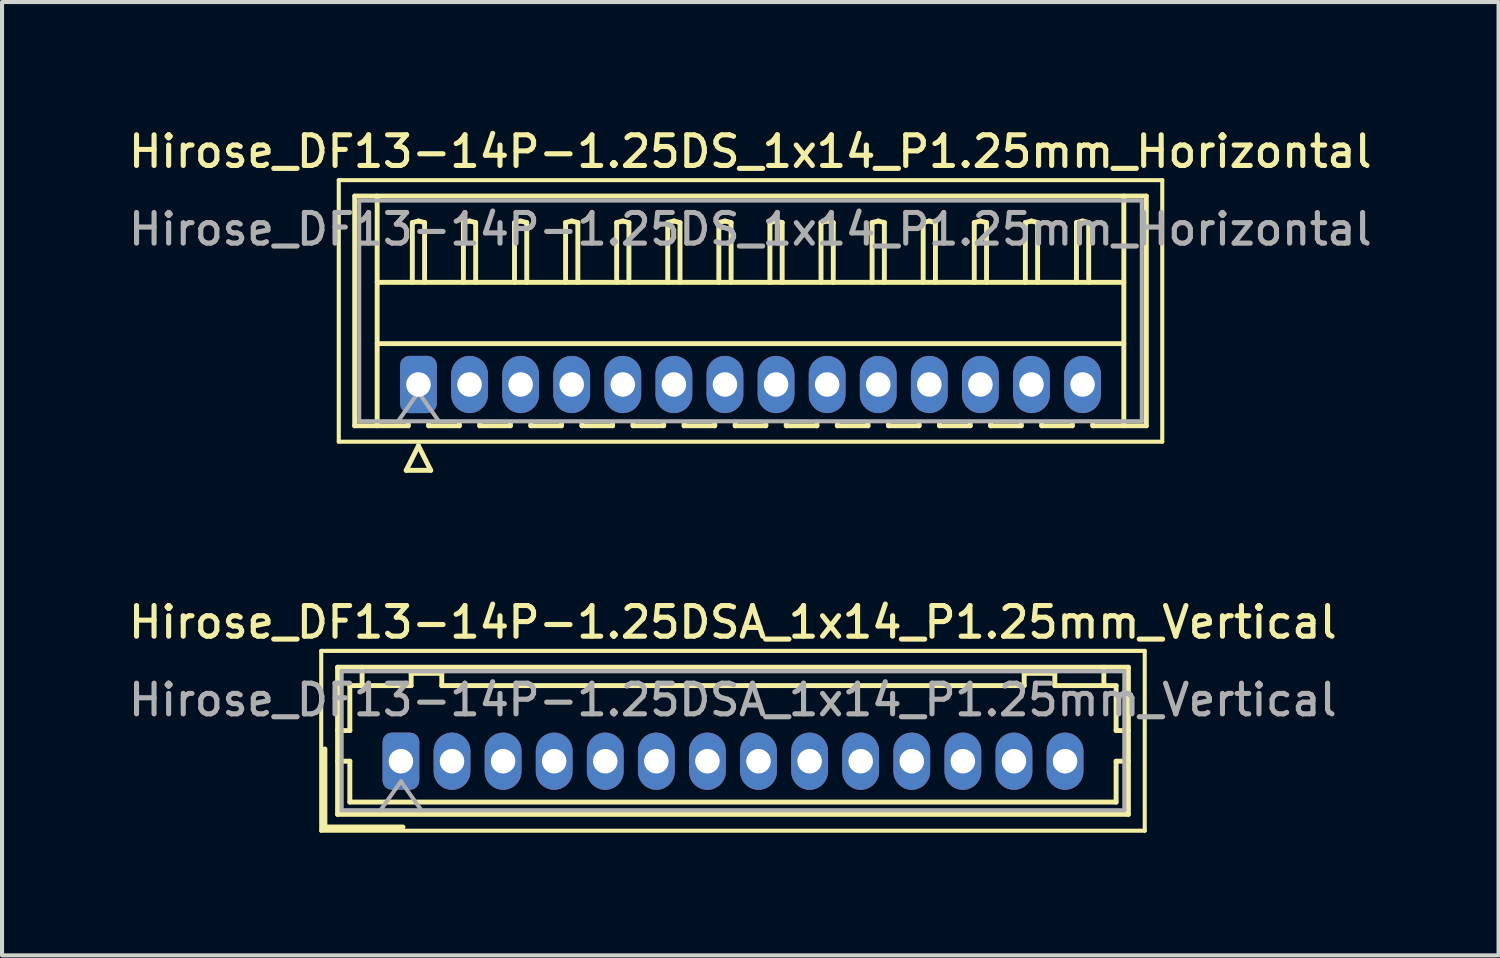
<source format=kicad_pcb>
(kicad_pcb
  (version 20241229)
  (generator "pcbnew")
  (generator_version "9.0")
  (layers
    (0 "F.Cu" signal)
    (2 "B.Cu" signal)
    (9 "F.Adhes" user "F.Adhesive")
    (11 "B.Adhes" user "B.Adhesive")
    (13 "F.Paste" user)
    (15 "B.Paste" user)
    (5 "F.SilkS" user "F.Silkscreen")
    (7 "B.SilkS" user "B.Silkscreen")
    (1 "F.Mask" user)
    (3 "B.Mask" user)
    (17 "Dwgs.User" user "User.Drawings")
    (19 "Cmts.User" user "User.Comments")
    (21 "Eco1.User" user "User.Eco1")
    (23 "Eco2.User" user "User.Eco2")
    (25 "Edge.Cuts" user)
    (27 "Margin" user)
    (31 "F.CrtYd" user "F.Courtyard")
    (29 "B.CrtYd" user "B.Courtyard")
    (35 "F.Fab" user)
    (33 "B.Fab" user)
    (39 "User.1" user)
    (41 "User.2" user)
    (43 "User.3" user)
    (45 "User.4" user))
  (footprint "Hirose_DF13-14P-1.25DS_1x14_P1.25mm_Horizontal"
    (layer "F.Cu")
    (at 7.189 6.358)
    (property "Reference" "Hirose_DF13-14P-1.25DS_1x14_P1.25mm_Horizontal" (at 8.12 -5.7 0) (layer "F.SilkS") (effects (font (size 0.75 0.75) (thickness 0.125))))
    (attr through_hole)
    (fp_line (start -1.95 -5) (end -1.95 1.4) (stroke (width 0.1) (type solid)) (layer "F.SilkS"))
    (fp_line (start -1.95 1.4) (end 18.2 1.4) (stroke (width 0.1) (type solid)) (layer "F.SilkS"))
    (fp_line (start -1.56 -4.61) (end 17.81 -4.61) (stroke (width 0.12) (type solid)) (layer "F.SilkS"))
    (fp_line (start -1.56 1.01) (end -1.56 -4.61) (stroke (width 0.12) (type solid)) (layer "F.SilkS"))
    (fp_line (start -1.01 -4.61) (end -1.01 1.01) (stroke (width 0.12) (type solid)) (layer "F.SilkS"))
    (fp_line (start -1.01 -2.5) (end 17.26 -2.5) (stroke (width 0.12) (type solid)) (layer "F.SilkS"))
    (fp_line (start -1.01 -1) (end 17.26 -1) (stroke (width 0.12) (type solid)) (layer "F.SilkS"))
    (fp_line (start -0.3 2.1) (end 0.3 2.1) (stroke (width 0.12) (type solid)) (layer "F.SilkS"))
    (fp_line (start -0.25 0.96) (end -0.25 1.01) (stroke (width 0.12) (type solid)) (layer "F.SilkS"))
    (fp_line (start -0.25 1.01) (end -1.56 1.01) (stroke (width 0.12) (type solid)) (layer "F.SilkS"))
    (fp_line (start -0.15 -3.962) (end 0 -4) (stroke (width 0.12) (type solid)) (layer "F.SilkS"))
    (fp_line (start -0.15 -2.5) (end -0.15 -3.962) (stroke (width 0.12) (type solid)) (layer "F.SilkS"))
    (fp_line (start 0 -4) (end 0.15 -3.962) (stroke (width 0.12) (type solid)) (layer "F.SilkS"))
    (fp_line (start 0 1.5) (end -0.3 2.1) (stroke (width 0.12) (type solid)) (layer "F.SilkS"))
    (fp_line (start 0.15 -3.962) (end 0.15 -2.5) (stroke (width 0.12) (type solid)) (layer "F.SilkS"))
    (fp_line (start 0.25 0.96) (end 0.25 1.01) (stroke (width 0.12) (type solid)) (layer "F.SilkS"))
    (fp_line (start 0.25 1.01) (end 1 1.01) (stroke (width 0.12) (type solid)) (layer "F.SilkS"))
    (fp_line (start 0.3 2.1) (end 0 1.5) (stroke (width 0.12) (type solid)) (layer "F.SilkS"))
    (fp_line (start 1 1.01) (end 1 0.96) (stroke (width 0.12) (type solid)) (layer "F.SilkS"))
    (fp_line (start 1.1 -3.962) (end 1.25 -4) (stroke (width 0.12) (type solid)) (layer "F.SilkS"))
    (fp_line (start 1.1 -2.5) (end 1.1 -3.962) (stroke (width 0.12) (type solid)) (layer "F.SilkS"))
    (fp_line (start 1.25 -4) (end 1.4 -3.962) (stroke (width 0.12) (type solid)) (layer "F.SilkS"))
    (fp_line (start 1.4 -3.962) (end 1.4 -2.5) (stroke (width 0.12) (type solid)) (layer "F.SilkS"))
    (fp_line (start 1.5 0.96) (end 1.5 1.01) (stroke (width 0.12) (type solid)) (layer "F.SilkS"))
    (fp_line (start 1.5 1.01) (end 2.25 1.01) (stroke (width 0.12) (type solid)) (layer "F.SilkS"))
    (fp_line (start 2.25 1.01) (end 2.25 0.96) (stroke (width 0.12) (type solid)) (layer "F.SilkS"))
    (fp_line (start 2.35 -3.962) (end 2.5 -4) (stroke (width 0.12) (type solid)) (layer "F.SilkS"))
    (fp_line (start 2.35 -2.5) (end 2.35 -3.962) (stroke (width 0.12) (type solid)) (layer "F.SilkS"))
    (fp_line (start 2.5 -4) (end 2.65 -3.962) (stroke (width 0.12) (type solid)) (layer "F.SilkS"))
    (fp_line (start 2.65 -3.962) (end 2.65 -2.5) (stroke (width 0.12) (type solid)) (layer "F.SilkS"))
    (fp_line (start 2.75 0.96) (end 2.75 1.01) (stroke (width 0.12) (type solid)) (layer "F.SilkS"))
    (fp_line (start 2.75 1.01) (end 3.5 1.01) (stroke (width 0.12) (type solid)) (layer "F.SilkS"))
    (fp_line (start 3.5 1.01) (end 3.5 0.96) (stroke (width 0.12) (type solid)) (layer "F.SilkS"))
    (fp_line (start 3.6 -3.962) (end 3.75 -4) (stroke (width 0.12) (type solid)) (layer "F.SilkS"))
    (fp_line (start 3.6 -2.5) (end 3.6 -3.962) (stroke (width 0.12) (type solid)) (layer "F.SilkS"))
    (fp_line (start 3.75 -4) (end 3.9 -3.962) (stroke (width 0.12) (type solid)) (layer "F.SilkS"))
    (fp_line (start 3.9 -3.962) (end 3.9 -2.5) (stroke (width 0.12) (type solid)) (layer "F.SilkS"))
    (fp_line (start 4 0.96) (end 4 1.01) (stroke (width 0.12) (type solid)) (layer "F.SilkS"))
    (fp_line (start 4 1.01) (end 4.75 1.01) (stroke (width 0.12) (type solid)) (layer "F.SilkS"))
    (fp_line (start 4.75 1.01) (end 4.75 0.96) (stroke (width 0.12) (type solid)) (layer "F.SilkS"))
    (fp_line (start 4.85 -3.962) (end 5 -4) (stroke (width 0.12) (type solid)) (layer "F.SilkS"))
    (fp_line (start 4.85 -2.5) (end 4.85 -3.962) (stroke (width 0.12) (type solid)) (layer "F.SilkS"))
    (fp_line (start 5 -4) (end 5.15 -3.962) (stroke (width 0.12) (type solid)) (layer "F.SilkS"))
    (fp_line (start 5.15 -3.962) (end 5.15 -2.5) (stroke (width 0.12) (type solid)) (layer "F.SilkS"))
    (fp_line (start 5.25 0.96) (end 5.25 1.01) (stroke (width 0.12) (type solid)) (layer "F.SilkS"))
    (fp_line (start 5.25 1.01) (end 6 1.01) (stroke (width 0.12) (type solid)) (layer "F.SilkS"))
    (fp_line (start 6 1.01) (end 6 0.96) (stroke (width 0.12) (type solid)) (layer "F.SilkS"))
    (fp_line (start 6.1 -3.962) (end 6.25 -4) (stroke (width 0.12) (type solid)) (layer "F.SilkS"))
    (fp_line (start 6.1 -2.5) (end 6.1 -3.962) (stroke (width 0.12) (type solid)) (layer "F.SilkS"))
    (fp_line (start 6.25 -4) (end 6.4 -3.962) (stroke (width 0.12) (type solid)) (layer "F.SilkS"))
    (fp_line (start 6.4 -3.962) (end 6.4 -2.5) (stroke (width 0.12) (type solid)) (layer "F.SilkS"))
    (fp_line (start 6.5 0.96) (end 6.5 1.01) (stroke (width 0.12) (type solid)) (layer "F.SilkS"))
    (fp_line (start 6.5 1.01) (end 7.25 1.01) (stroke (width 0.12) (type solid)) (layer "F.SilkS"))
    (fp_line (start 7.25 1.01) (end 7.25 0.96) (stroke (width 0.12) (type solid)) (layer "F.SilkS"))
    (fp_line (start 7.35 -3.962) (end 7.5 -4) (stroke (width 0.12) (type solid)) (layer "F.SilkS"))
    (fp_line (start 7.35 -2.5) (end 7.35 -3.962) (stroke (width 0.12) (type solid)) (layer "F.SilkS"))
    (fp_line (start 7.5 -4) (end 7.65 -3.962) (stroke (width 0.12) (type solid)) (layer "F.SilkS"))
    (fp_line (start 7.65 -3.962) (end 7.65 -2.5) (stroke (width 0.12) (type solid)) (layer "F.SilkS"))
    (fp_line (start 7.75 0.96) (end 7.75 1.01) (stroke (width 0.12) (type solid)) (layer "F.SilkS"))
    (fp_line (start 7.75 1.01) (end 8.5 1.01) (stroke (width 0.12) (type solid)) (layer "F.SilkS"))
    (fp_line (start 8.5 1.01) (end 8.5 0.96) (stroke (width 0.12) (type solid)) (layer "F.SilkS"))
    (fp_line (start 8.6 -3.962) (end 8.75 -4) (stroke (width 0.12) (type solid)) (layer "F.SilkS"))
    (fp_line (start 8.6 -2.5) (end 8.6 -3.962) (stroke (width 0.12) (type solid)) (layer "F.SilkS"))
    (fp_line (start 8.75 -4) (end 8.9 -3.962) (stroke (width 0.12) (type solid)) (layer "F.SilkS"))
    (fp_line (start 8.9 -3.962) (end 8.9 -2.5) (stroke (width 0.12) (type solid)) (layer "F.SilkS"))
    (fp_line (start 9 0.96) (end 9 1.01) (stroke (width 0.12) (type solid)) (layer "F.SilkS"))
    (fp_line (start 9 1.01) (end 9.75 1.01) (stroke (width 0.12) (type solid)) (layer "F.SilkS"))
    (fp_line (start 9.75 1.01) (end 9.75 0.96) (stroke (width 0.12) (type solid)) (layer "F.SilkS"))
    (fp_line (start 9.85 -3.962) (end 10 -4) (stroke (width 0.12) (type solid)) (layer "F.SilkS"))
    (fp_line (start 9.85 -2.5) (end 9.85 -3.962) (stroke (width 0.12) (type solid)) (layer "F.SilkS"))
    (fp_line (start 10 -4) (end 10.15 -3.962) (stroke (width 0.12) (type solid)) (layer "F.SilkS"))
    (fp_line (start 10.15 -3.962) (end 10.15 -2.5) (stroke (width 0.12) (type solid)) (layer "F.SilkS"))
    (fp_line (start 10.25 0.96) (end 10.25 1.01) (stroke (width 0.12) (type solid)) (layer "F.SilkS"))
    (fp_line (start 10.25 1.01) (end 11 1.01) (stroke (width 0.12) (type solid)) (layer "F.SilkS"))
    (fp_line (start 11 1.01) (end 11 0.96) (stroke (width 0.12) (type solid)) (layer "F.SilkS"))
    (fp_line (start 11.1 -3.962) (end 11.25 -4) (stroke (width 0.12) (type solid)) (layer "F.SilkS"))
    (fp_line (start 11.1 -2.5) (end 11.1 -3.962) (stroke (width 0.12) (type solid)) (layer "F.SilkS"))
    (fp_line (start 11.25 -4) (end 11.4 -3.962) (stroke (width 0.12) (type solid)) (layer "F.SilkS"))
    (fp_line (start 11.4 -3.962) (end 11.4 -2.5) (stroke (width 0.12) (type solid)) (layer "F.SilkS"))
    (fp_line (start 11.5 0.96) (end 11.5 1.01) (stroke (width 0.12) (type solid)) (layer "F.SilkS"))
    (fp_line (start 11.5 1.01) (end 12.25 1.01) (stroke (width 0.12) (type solid)) (layer "F.SilkS"))
    (fp_line (start 12.25 1.01) (end 12.25 0.96) (stroke (width 0.12) (type solid)) (layer "F.SilkS"))
    (fp_line (start 12.35 -3.962) (end 12.5 -4) (stroke (width 0.12) (type solid)) (layer "F.SilkS"))
    (fp_line (start 12.35 -2.5) (end 12.35 -3.962) (stroke (width 0.12) (type solid)) (layer "F.SilkS"))
    (fp_line (start 12.5 -4) (end 12.65 -3.962) (stroke (width 0.12) (type solid)) (layer "F.SilkS"))
    (fp_line (start 12.65 -3.962) (end 12.65 -2.5) (stroke (width 0.12) (type solid)) (layer "F.SilkS"))
    (fp_line (start 12.75 0.96) (end 12.75 1.01) (stroke (width 0.12) (type solid)) (layer "F.SilkS"))
    (fp_line (start 12.75 1.01) (end 13.5 1.01) (stroke (width 0.12) (type solid)) (layer "F.SilkS"))
    (fp_line (start 13.5 1.01) (end 13.5 0.96) (stroke (width 0.12) (type solid)) (layer "F.SilkS"))
    (fp_line (start 13.6 -3.962) (end 13.75 -4) (stroke (width 0.12) (type solid)) (layer "F.SilkS"))
    (fp_line (start 13.6 -2.5) (end 13.6 -3.962) (stroke (width 0.12) (type solid)) (layer "F.SilkS"))
    (fp_line (start 13.75 -4) (end 13.9 -3.962) (stroke (width 0.12) (type solid)) (layer "F.SilkS"))
    (fp_line (start 13.9 -3.962) (end 13.9 -2.5) (stroke (width 0.12) (type solid)) (layer "F.SilkS"))
    (fp_line (start 14 0.96) (end 14 1.01) (stroke (width 0.12) (type solid)) (layer "F.SilkS"))
    (fp_line (start 14 1.01) (end 14.75 1.01) (stroke (width 0.12) (type solid)) (layer "F.SilkS"))
    (fp_line (start 14.75 1.01) (end 14.75 0.96) (stroke (width 0.12) (type solid)) (layer "F.SilkS"))
    (fp_line (start 14.85 -3.962) (end 15 -4) (stroke (width 0.12) (type solid)) (layer "F.SilkS"))
    (fp_line (start 14.85 -2.5) (end 14.85 -3.962) (stroke (width 0.12) (type solid)) (layer "F.SilkS"))
    (fp_line (start 15 -4) (end 15.15 -3.962) (stroke (width 0.12) (type solid)) (layer "F.SilkS"))
    (fp_line (start 15.15 -3.962) (end 15.15 -2.5) (stroke (width 0.12) (type solid)) (layer "F.SilkS"))
    (fp_line (start 15.25 0.96) (end 15.25 1.01) (stroke (width 0.12) (type solid)) (layer "F.SilkS"))
    (fp_line (start 15.25 1.01) (end 16 1.01) (stroke (width 0.12) (type solid)) (layer "F.SilkS"))
    (fp_line (start 16 1.01) (end 16 0.96) (stroke (width 0.12) (type solid)) (layer "F.SilkS"))
    (fp_line (start 16.1 -3.962) (end 16.25 -4) (stroke (width 0.12) (type solid)) (layer "F.SilkS"))
    (fp_line (start 16.1 -2.5) (end 16.1 -3.962) (stroke (width 0.12) (type solid)) (layer "F.SilkS"))
    (fp_line (start 16.25 -4) (end 16.4 -3.962) (stroke (width 0.12) (type solid)) (layer "F.SilkS"))
    (fp_line (start 16.4 -3.962) (end 16.4 -2.5) (stroke (width 0.12) (type solid)) (layer "F.SilkS"))
    (fp_line (start 16.5 1.01) (end 16.5 0.96) (stroke (width 0.12) (type solid)) (layer "F.SilkS"))
    (fp_line (start 17.26 -4.61) (end 17.26 1.01) (stroke (width 0.12) (type solid)) (layer "F.SilkS"))
    (fp_line (start 17.81 -4.61) (end 17.81 1.01) (stroke (width 0.12) (type solid)) (layer "F.SilkS"))
    (fp_line (start 17.81 1.01) (end 16.5 1.01) (stroke (width 0.12) (type solid)) (layer "F.SilkS"))
    (fp_line (start 18.2 -5) (end -1.95 -5) (stroke (width 0.1) (type solid)) (layer "F.SilkS"))
    (fp_line (start 18.2 1.4) (end 18.2 -5) (stroke (width 0.1) (type solid)) (layer "F.SilkS"))
    (fp_line (start -1.45 -4.5) (end -1.45 0.9) (stroke (width 0.1) (type solid)) (layer "F.Fab"))
    (fp_line (start -1.45 0.9) (end 17.7 0.9) (stroke (width 0.1) (type solid)) (layer "F.Fab"))
    (fp_line (start -0.5 0.9) (end 0 0.193) (stroke (width 0.1) (type solid)) (layer "F.Fab"))
    (fp_line (start 0 0.193) (end 0.5 0.9) (stroke (width 0.1) (type solid)) (layer "F.Fab"))
    (fp_line (start 17.7 -4.5) (end -1.45 -4.5) (stroke (width 0.1) (type solid)) (layer "F.Fab"))
    (fp_line (start 17.7 0.9) (end 17.7 -4.5) (stroke (width 0.1) (type solid)) (layer "F.Fab"))
    (fp_text user "${REFERENCE}" (at 8.12 -3.8 0) (layer "F.Fab") (effects (font (size 0.75 0.75) (thickness 0.125))))
    (pad "1" thru_hole roundrect (at 0 0) (size 0.9 1.4) (drill 0.6) (layers "*.Cu" "*.Mask") (roundrect_rratio 0.25))
    (pad "2" thru_hole oval (at 1.25 0) (size 0.9 1.4) (drill 0.6) (layers "*.Cu" "*.Mask"))
    (pad "3" thru_hole oval (at 2.5 0) (size 0.9 1.4) (drill 0.6) (layers "*.Cu" "*.Mask"))
    (pad "4" thru_hole oval (at 3.75 0) (size 0.9 1.4) (drill 0.6) (layers "*.Cu" "*.Mask"))
    (pad "5" thru_hole oval (at 5 0) (size 0.9 1.4) (drill 0.6) (layers "*.Cu" "*.Mask"))
    (pad "6" thru_hole oval (at 6.25 0) (size 0.9 1.4) (drill 0.6) (layers "*.Cu" "*.Mask"))
    (pad "7" thru_hole oval (at 7.5 0) (size 0.9 1.4) (drill 0.6) (layers "*.Cu" "*.Mask"))
    (pad "8" thru_hole oval (at 8.75 0) (size 0.9 1.4) (drill 0.6) (layers "*.Cu" "*.Mask"))
    (pad "9" thru_hole oval (at 10 0) (size 0.9 1.4) (drill 0.6) (layers "*.Cu" "*.Mask"))
    (pad "10" thru_hole oval (at 11.25 0) (size 0.9 1.4) (drill 0.6) (layers "*.Cu" "*.Mask"))
    (pad "11" thru_hole oval (at 12.5 0) (size 0.9 1.4) (drill 0.6) (layers "*.Cu" "*.Mask"))
    (pad "12" thru_hole oval (at 13.75 0) (size 0.9 1.4) (drill 0.6) (layers "*.Cu" "*.Mask"))
    (pad "13" thru_hole oval (at 15 0) (size 0.9 1.4) (drill 0.6) (layers "*.Cu" "*.Mask"))
    (pad "14" thru_hole oval (at 16.25 0) (size 0.9 1.4) (drill 0.6) (layers "*.Cu" "*.Mask")))
  (footprint "Hirose_DF13-14P-1.25DSA_1x14_P1.25mm_Vertical"
    (layer "F.Cu")
    (at 6.76 15.576)
    (property "Reference" "Hirose_DF13-14P-1.25DSA_1x14_P1.25mm_Vertical" (at 8.12 -3.4 0) (layer "F.SilkS") (effects (font (size 0.75 0.75) (thickness 0.125))))
    (attr through_hole)
    (fp_line (start -1.95 -2.7) (end -1.95 1.7) (stroke (width 0.1) (type solid)) (layer "F.SilkS"))
    (fp_line (start -1.95 1.7) (end 18.2 1.7) (stroke (width 0.1) (type solid)) (layer "F.SilkS"))
    (fp_line (start -1.86 -0.3) (end -1.86 1.61) (stroke (width 0.12) (type solid)) (layer "F.SilkS"))
    (fp_line (start -1.86 1.61) (end 0.05 1.61) (stroke (width 0.12) (type solid)) (layer "F.SilkS"))
    (fp_line (start -1.55 -2.3) (end -1.55 1.3) (stroke (width 0.12) (type solid)) (layer "F.SilkS"))
    (fp_line (start -1.55 -0.75) (end -1.25 -0.75) (stroke (width 0.12) (type solid)) (layer "F.SilkS"))
    (fp_line (start -1.55 0) (end -1.25 0) (stroke (width 0.12) (type solid)) (layer "F.SilkS"))
    (fp_line (start -1.55 1.3) (end 17.8 1.3) (stroke (width 0.12) (type solid)) (layer "F.SilkS"))
    (fp_line (start -1.25 -1.85) (end -0.95 -1.85) (stroke (width 0.12) (type solid)) (layer "F.SilkS"))
    (fp_line (start -1.25 -0.75) (end -1.25 -1.85) (stroke (width 0.12) (type solid)) (layer "F.SilkS"))
    (fp_line (start -1.25 0) (end -1.25 1) (stroke (width 0.12) (type solid)) (layer "F.SilkS"))
    (fp_line (start -1.25 1) (end 17.5 1) (stroke (width 0.12) (type solid)) (layer "F.SilkS"))
    (fp_line (start -0.95 -1.85) (end -0.95 -2.3) (stroke (width 0.12) (type solid)) (layer "F.SilkS"))
    (fp_line (start -0.95 -1.85) (end 0.25 -1.85) (stroke (width 0.12) (type solid)) (layer "F.SilkS"))
    (fp_line (start 0.25 -2.15) (end 1 -2.15) (stroke (width 0.12) (type solid)) (layer "F.SilkS"))
    (fp_line (start 0.25 -1.85) (end 0.25 -2.15) (stroke (width 0.12) (type solid)) (layer "F.SilkS"))
    (fp_line (start 1 -2.15) (end 1 -1.85) (stroke (width 0.12) (type solid)) (layer "F.SilkS"))
    (fp_line (start 1 -1.85) (end 15.25 -1.85) (stroke (width 0.12) (type solid)) (layer "F.SilkS"))
    (fp_line (start 15.25 -2.15) (end 16 -2.15) (stroke (width 0.12) (type solid)) (layer "F.SilkS"))
    (fp_line (start 15.25 -1.85) (end 15.25 -2.15) (stroke (width 0.12) (type solid)) (layer "F.SilkS"))
    (fp_line (start 16 -2.15) (end 16 -1.85) (stroke (width 0.12) (type solid)) (layer "F.SilkS"))
    (fp_line (start 16 -1.85) (end 17.2 -1.85) (stroke (width 0.12) (type solid)) (layer "F.SilkS"))
    (fp_line (start 17.2 -1.85) (end 17.2 -2.3) (stroke (width 0.12) (type solid)) (layer "F.SilkS"))
    (fp_line (start 17.5 -1.85) (end 17.2 -1.85) (stroke (width 0.12) (type solid)) (layer "F.SilkS"))
    (fp_line (start 17.5 -0.75) (end 17.5 -1.85) (stroke (width 0.12) (type solid)) (layer "F.SilkS"))
    (fp_line (start 17.5 0) (end 17.8 0) (stroke (width 0.12) (type solid)) (layer "F.SilkS"))
    (fp_line (start 17.5 1) (end 17.5 0) (stroke (width 0.12) (type solid)) (layer "F.SilkS"))
    (fp_line (start 17.8 -2.3) (end -1.55 -2.3) (stroke (width 0.12) (type solid)) (layer "F.SilkS"))
    (fp_line (start 17.8 -0.75) (end 17.5 -0.75) (stroke (width 0.12) (type solid)) (layer "F.SilkS"))
    (fp_line (start 17.8 1.3) (end 17.8 -2.3) (stroke (width 0.12) (type solid)) (layer "F.SilkS"))
    (fp_line (start 18.2 -2.7) (end -1.95 -2.7) (stroke (width 0.1) (type solid)) (layer "F.SilkS"))
    (fp_line (start 18.2 1.7) (end 18.2 -2.7) (stroke (width 0.1) (type solid)) (layer "F.SilkS"))
    (fp_line (start -1.45 -2.2) (end -1.45 1.2) (stroke (width 0.1) (type solid)) (layer "F.Fab"))
    (fp_line (start -1.45 1.2) (end 17.7 1.2) (stroke (width 0.1) (type solid)) (layer "F.Fab"))
    (fp_line (start -0.5 1.2) (end 0 0.493) (stroke (width 0.1) (type solid)) (layer "F.Fab"))
    (fp_line (start 0 0.493) (end 0.5 1.2) (stroke (width 0.1) (type solid)) (layer "F.Fab"))
    (fp_line (start 17.7 -2.2) (end -1.45 -2.2) (stroke (width 0.1) (type solid)) (layer "F.Fab"))
    (fp_line (start 17.7 1.2) (end 17.7 -2.2) (stroke (width 0.1) (type solid)) (layer "F.Fab"))
    (fp_text user "${REFERENCE}" (at 8.12 -1.5 0) (layer "F.Fab") (effects (font (size 0.75 0.75) (thickness 0.125))))
    (pad "1" thru_hole roundrect (at 0 0) (size 0.9 1.4) (drill 0.6) (layers "*.Cu" "*.Mask") (roundrect_rratio 0.25))
    (pad "2" thru_hole oval (at 1.25 0) (size 0.9 1.4) (drill 0.6) (layers "*.Cu" "*.Mask"))
    (pad "3" thru_hole oval (at 2.5 0) (size 0.9 1.4) (drill 0.6) (layers "*.Cu" "*.Mask"))
    (pad "4" thru_hole oval (at 3.75 0) (size 0.9 1.4) (drill 0.6) (layers "*.Cu" "*.Mask"))
    (pad "5" thru_hole oval (at 5 0) (size 0.9 1.4) (drill 0.6) (layers "*.Cu" "*.Mask"))
    (pad "6" thru_hole oval (at 6.25 0) (size 0.9 1.4) (drill 0.6) (layers "*.Cu" "*.Mask"))
    (pad "7" thru_hole oval (at 7.5 0) (size 0.9 1.4) (drill 0.6) (layers "*.Cu" "*.Mask"))
    (pad "8" thru_hole oval (at 8.75 0) (size 0.9 1.4) (drill 0.6) (layers "*.Cu" "*.Mask"))
    (pad "9" thru_hole oval (at 10 0) (size 0.9 1.4) (drill 0.6) (layers "*.Cu" "*.Mask"))
    (pad "10" thru_hole oval (at 11.25 0) (size 0.9 1.4) (drill 0.6) (layers "*.Cu" "*.Mask"))
    (pad "11" thru_hole oval (at 12.5 0) (size 0.9 1.4) (drill 0.6) (layers "*.Cu" "*.Mask"))
    (pad "12" thru_hole oval (at 13.75 0) (size 0.9 1.4) (drill 0.6) (layers "*.Cu" "*.Mask"))
    (pad "13" thru_hole oval (at 15 0) (size 0.9 1.4) (drill 0.6) (layers "*.Cu" "*.Mask"))
    (pad "14" thru_hole oval (at 16.25 0) (size 0.9 1.4) (drill 0.6) (layers "*.Cu" "*.Mask")))
  (gr_rect
    (start -3 -3)
    (end 33.618 20.326)
    (stroke (width 0.1) (type default))
    (fill no)
    (layer "Edge.Cuts")))
</source>
